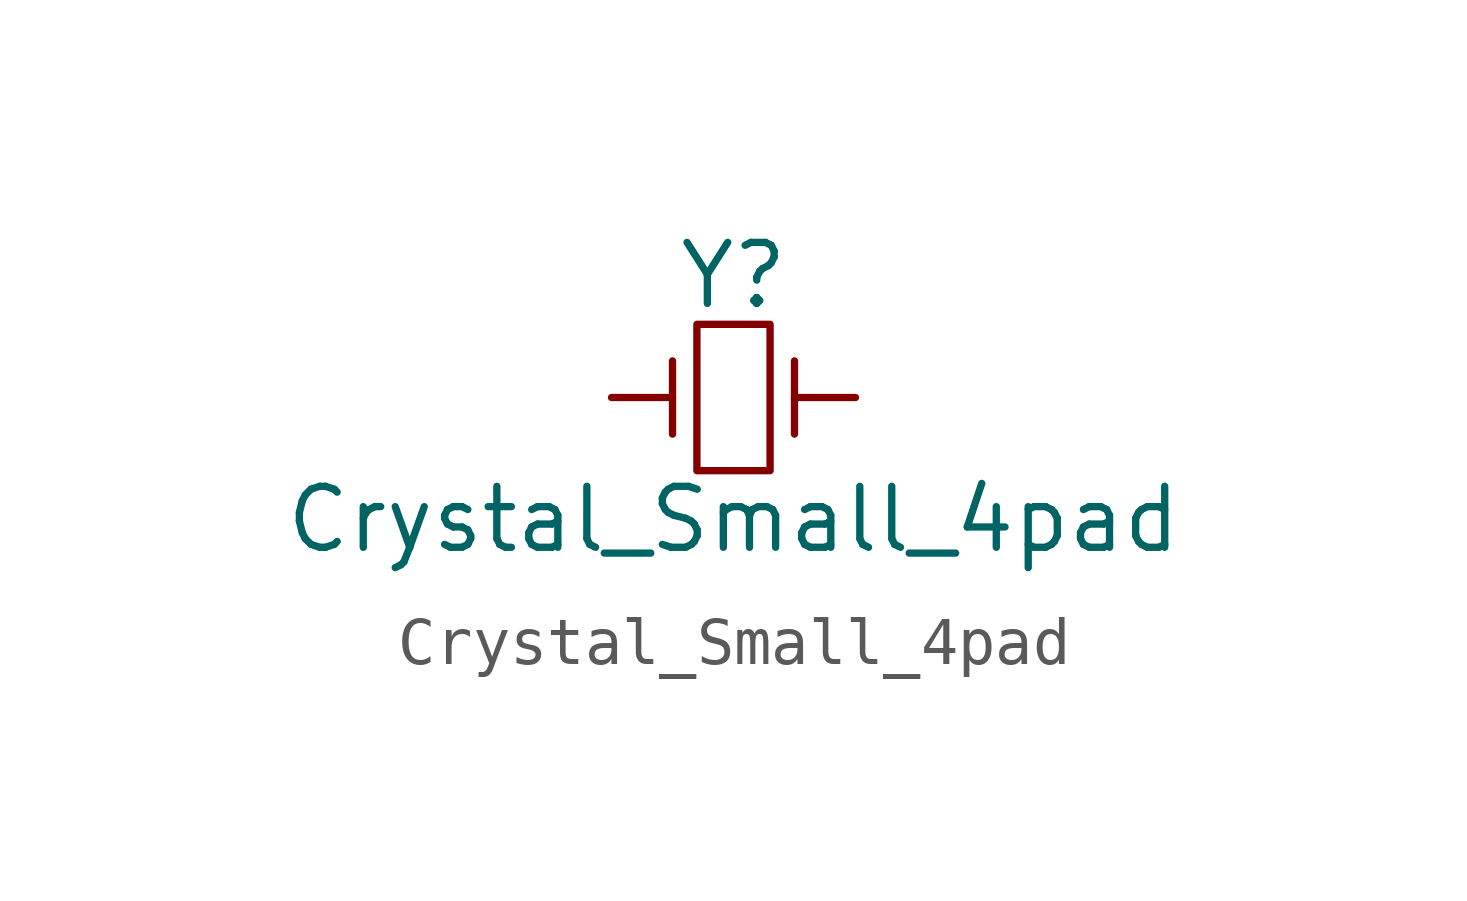
<source format=kicad_sym>
(kicad_symbol_lib
  (version 20231120)
  (generator "kicad_symbol_editor")
  (generator_version "8.0")
  (symbol "Crystal_Small_4pad"
    (pin_numbers hide)
    (pin_names
      (offset 1.016) hide)
    (property "Reference" "Y"
      (at 0 2.54 0)
      (effects (font (size 1.27 1.27))))
    (property "Value" "Crystal_Small_4pad"
      (at 0 -2.54 0)
      (effects (font (size 1.27 1.27))))
    (property "Footprint" ""
      (at 0 0 0)
      (effects (font (size 1.27 1.27))))
    (property "Datasheet" ""
      (at 0 0 0)
      (effects (font (size 1.27 1.27))))
    (symbol "Crystal_Small_4pad_0_1"
      (rectangle (start -0.762 -1.524) (end 0.762 1.524) (stroke (width 0) (type solid)) (fill (type none)))
      (polyline (pts (xy -1.27 -0.762) (xy -1.27 0.762)) (stroke (width 0) (type solid)) (fill (type none)))
      (polyline (pts (xy 1.27 -0.762) (xy 1.27 0.762)) (stroke (width 0) (type solid)) (fill (type none))))
    (symbol "Crystal_Small_4pad_1_1"
      (pin passive line (at -2.54 0 0) (length 1.27) (name "1" (effects (font (size 1.016 1.016)))) (number "1" (effects (font (size 1.016 1.016)))))
      (pin passive line (at 2.54 0 180) (length 1.27) (name "2" (effects (font (size 1.016 1.016)))) (number "3" (effects (font (size 1.016 1.016))))))))
</source>
